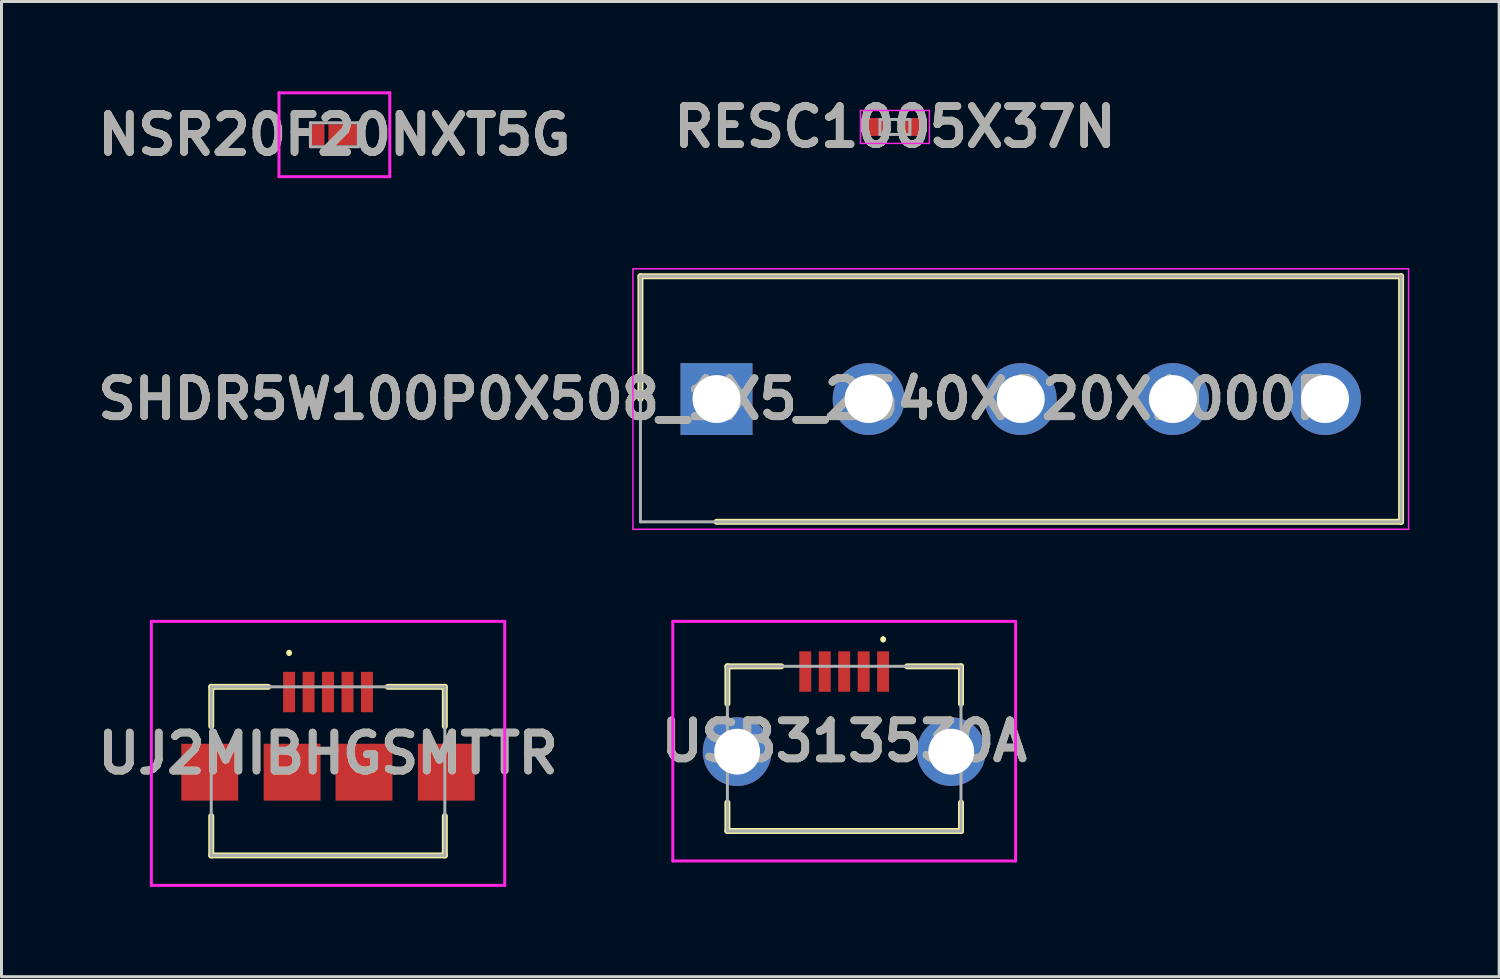
<source format=kicad_pcb>
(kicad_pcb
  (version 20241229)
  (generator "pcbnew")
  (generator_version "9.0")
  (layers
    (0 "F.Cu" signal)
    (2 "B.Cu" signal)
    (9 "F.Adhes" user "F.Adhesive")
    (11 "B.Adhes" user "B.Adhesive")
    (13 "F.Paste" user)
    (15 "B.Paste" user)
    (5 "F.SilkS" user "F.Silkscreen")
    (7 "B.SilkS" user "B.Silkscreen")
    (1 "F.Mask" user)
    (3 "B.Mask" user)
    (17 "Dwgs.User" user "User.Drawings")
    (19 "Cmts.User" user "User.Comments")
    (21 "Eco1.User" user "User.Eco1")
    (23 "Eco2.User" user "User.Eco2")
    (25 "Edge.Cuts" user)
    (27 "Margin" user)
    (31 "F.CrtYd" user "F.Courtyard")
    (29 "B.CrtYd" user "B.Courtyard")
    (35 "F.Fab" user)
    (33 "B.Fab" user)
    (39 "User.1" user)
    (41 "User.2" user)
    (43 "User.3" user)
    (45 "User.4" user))
  (footprint "USB313530A"
    (layer "F.Cu")
    (at 25.14 21.95)
    (property "Reference" "USB313530A" (at 0 -0.25 0) (layer "F.SilkS") (effects (font (size 1.27 1.27) (thickness 0.254))))
    (attr through_hole)
    (fp_line (start -3.9 -2.75) (end -2.1 -2.75) (stroke (width 0.2) (type solid)) (layer "F.SilkS"))
    (fp_line (start -3.9 -1.5) (end -3.9 -2.75) (stroke (width 0.2) (type solid)) (layer "F.SilkS"))
    (fp_line (start -3.9 1.8) (end -3.9 2.75) (stroke (width 0.2) (type solid)) (layer "F.SilkS"))
    (fp_line (start -3.9 2.75) (end 3.9 2.75) (stroke (width 0.2) (type solid)) (layer "F.SilkS"))
    (fp_line (start 1.3 -3.7) (end 1.3 -3.7) (stroke (width 0.1) (type solid)) (layer "F.SilkS"))
    (fp_line (start 1.3 -3.6) (end 1.3 -3.6) (stroke (width 0.1) (type solid)) (layer "F.SilkS"))
    (fp_line (start 3.9 -2.75) (end 2.1 -2.75) (stroke (width 0.2) (type solid)) (layer "F.SilkS"))
    (fp_line (start 3.9 -1.5) (end 3.9 -2.75) (stroke (width 0.2) (type solid)) (layer "F.SilkS"))
    (fp_line (start 3.9 2.75) (end 3.9 1.8) (stroke (width 0.2) (type solid)) (layer "F.SilkS"))
    (fp_arc (start 1.3 -3.7) (mid 1.35 -3.65) (end 1.3 -3.6) (stroke (width 0.1) (type solid)) (layer "F.SilkS"))
    (fp_arc (start 1.3 -3.6) (mid 1.25 -3.65) (end 1.3 -3.7) (stroke (width 0.1) (type solid)) (layer "F.SilkS"))
    (fp_line (start -5.723 -4.25) (end -5.723 3.75) (stroke (width 0.1) (type solid)) (layer "F.CrtYd"))
    (fp_line (start -5.723 3.75) (end 5.723 3.75) (stroke (width 0.1) (type solid)) (layer "F.CrtYd"))
    (fp_line (start 5.723 -4.25) (end -5.723 -4.25) (stroke (width 0.1) (type solid)) (layer "F.CrtYd"))
    (fp_line (start 5.723 3.75) (end 5.723 -4.25) (stroke (width 0.1) (type solid)) (layer "F.CrtYd"))
    (fp_line (start -3.9 -2.75) (end -3.9 2.75) (stroke (width 0.1) (type solid)) (layer "F.Fab"))
    (fp_line (start -3.9 2.75) (end 3.9 2.75) (stroke (width 0.1) (type solid)) (layer "F.Fab"))
    (fp_line (start 3.9 -2.75) (end -3.9 -2.75) (stroke (width 0.1) (type solid)) (layer "F.Fab"))
    (fp_line (start 3.9 2.75) (end 3.9 -2.75) (stroke (width 0.1) (type solid)) (layer "F.Fab"))
    (fp_text user "${REFERENCE}" (at 0 -0.25 0) (layer "F.Fab") (effects (font (size 1.27 1.27) (thickness 0.254))))
    (pad "1" smd rect (at 1.3 -2.575) (size 0.4 1.35) (layers "F.Cu" "F.Mask" "F.Paste"))
    (pad "2" smd rect (at 0.65 -2.575) (size 0.4 1.35) (layers "F.Cu" "F.Mask" "F.Paste"))
    (pad "3" smd rect (at 0 -2.575) (size 0.4 1.35) (layers "F.Cu" "F.Mask" "F.Paste"))
    (pad "4" smd rect (at -0.65 -2.575) (size 0.4 1.35) (layers "F.Cu" "F.Mask" "F.Paste"))
    (pad "5" smd rect (at -1.3 -2.575) (size 0.4 1.35) (layers "F.Cu" "F.Mask" "F.Paste"))
    (pad "MH1" thru_hole circle (at 3.575 0.1) (size 2.295 2.295) (drill 1.53) (layers "*.Cu" "*.Mask"))
    (pad "MH2" thru_hole circle (at -3.575 0.1) (size 2.295 2.295) (drill 1.53) (layers "*.Cu" "*.Mask")))
  (footprint "SHDR5W100P0X508_1X5_2540X820X1000P"
    (layer "F.Cu")
    (at 20.876 10.275)
    (property "Reference" "SHDR5W100P0X508_1X5_2540X820X1000P" (at 0 0 0) (layer "F.SilkS") (effects (font (size 1.27 1.27) (thickness 0.254))))
    (attr through_hole)
    (fp_line (start -2.54 -4.1) (end -2.54 0) (stroke (width 0.2) (type solid)) (layer "F.SilkS"))
    (fp_line (start 0 4.1) (end 22.86 4.1) (stroke (width 0.2) (type solid)) (layer "F.SilkS"))
    (fp_line (start 22.86 -4.1) (end -2.54 -4.1) (stroke (width 0.2) (type solid)) (layer "F.SilkS"))
    (fp_line (start 22.86 4.1) (end 22.86 -4.1) (stroke (width 0.2) (type solid)) (layer "F.SilkS"))
    (fp_line (start -2.79 -4.35) (end 23.11 -4.35) (stroke (width 0.05) (type solid)) (layer "F.CrtYd"))
    (fp_line (start -2.79 4.35) (end -2.79 -4.35) (stroke (width 0.05) (type solid)) (layer "F.CrtYd"))
    (fp_line (start 23.11 -4.35) (end 23.11 4.35) (stroke (width 0.05) (type solid)) (layer "F.CrtYd"))
    (fp_line (start 23.11 4.35) (end -2.79 4.35) (stroke (width 0.05) (type solid)) (layer "F.CrtYd"))
    (fp_line (start -2.54 -4.1) (end 22.86 -4.1) (stroke (width 0.1) (type solid)) (layer "F.Fab"))
    (fp_line (start -2.54 4.1) (end -2.54 -4.1) (stroke (width 0.1) (type solid)) (layer "F.Fab"))
    (fp_line (start 22.86 -4.1) (end 22.86 4.1) (stroke (width 0.1) (type solid)) (layer "F.Fab"))
    (fp_line (start 22.86 4.1) (end -2.54 4.1) (stroke (width 0.1) (type solid)) (layer "F.Fab"))
    (fp_text user "${REFERENCE}" (at 0 0 0) (layer "F.Fab") (effects (font (size 1.27 1.27) (thickness 0.254))))
    (pad "1" thru_hole rect (at 0 0) (size 2.4 2.4) (drill 1.6) (layers "*.Cu" "*.Mask"))
    (pad "2" thru_hole circle (at 5.08 0) (size 2.4 2.4) (drill 1.6) (layers "*.Cu" "*.Mask"))
    (pad "3" thru_hole circle (at 10.16 0) (size 2.4 2.4) (drill 1.6) (layers "*.Cu" "*.Mask"))
    (pad "4" thru_hole circle (at 15.24 0) (size 2.4 2.4) (drill 1.6) (layers "*.Cu" "*.Mask"))
    (pad "5" thru_hole circle (at 20.32 0) (size 2.4 2.4) (drill 1.6) (layers "*.Cu" "*.Mask")))
  (footprint "UJ2MIBHGSMTTR"
    (layer "F.Cu")
    (at 7.904 22.7)
    (property "Reference" "UJ2MIBHGSMTTR" (at 0 -0.593 0) (layer "F.SilkS") (effects (font (size 1.27 1.27) (thickness 0.254))))
    (attr through_hole)
    (fp_line (start -3.9 -2.815) (end -2 -2.815) (stroke (width 0.2) (type solid)) (layer "F.SilkS"))
    (fp_line (start -3.9 -1.5) (end -3.9 -2.815) (stroke (width 0.2) (type solid)) (layer "F.SilkS"))
    (fp_line (start -3.9 1.5) (end -3.9 2.815) (stroke (width 0.2) (type solid)) (layer "F.SilkS"))
    (fp_line (start -3.9 2.815) (end 3.9 2.815) (stroke (width 0.2) (type solid)) (layer "F.SilkS"))
    (fp_line (start -1.3 -4) (end -1.3 -4) (stroke (width 0.1) (type solid)) (layer "F.SilkS"))
    (fp_line (start -1.3 -3.9) (end -1.3 -3.9) (stroke (width 0.1) (type solid)) (layer "F.SilkS"))
    (fp_line (start 2 -2.815) (end 3.9 -2.815) (stroke (width 0.2) (type solid)) (layer "F.SilkS"))
    (fp_line (start 3.9 -2.815) (end 3.9 -1.5) (stroke (width 0.2) (type solid)) (layer "F.SilkS"))
    (fp_line (start 3.9 2.815) (end 3.9 1.5) (stroke (width 0.2) (type solid)) (layer "F.SilkS"))
    (fp_arc (start -1.3 -4) (mid -1.25 -3.95) (end -1.3 -3.9) (stroke (width 0.1) (type solid)) (layer "F.SilkS"))
    (fp_arc (start -1.3 -3.9) (mid -1.35 -3.95) (end -1.3 -4) (stroke (width 0.1) (type solid)) (layer "F.SilkS"))
    (fp_line (start -5.9 -5) (end 5.9 -5) (stroke (width 0.1) (type solid)) (layer "F.CrtYd"))
    (fp_line (start -5.9 3.815) (end -5.9 -5) (stroke (width 0.1) (type solid)) (layer "F.CrtYd"))
    (fp_line (start 5.9 -5) (end 5.9 3.815) (stroke (width 0.1) (type solid)) (layer "F.CrtYd"))
    (fp_line (start 5.9 3.815) (end -5.9 3.815) (stroke (width 0.1) (type solid)) (layer "F.CrtYd"))
    (fp_line (start -3.9 -2.815) (end 3.9 -2.815) (stroke (width 0.1) (type solid)) (layer "F.Fab"))
    (fp_line (start -3.9 2.815) (end -3.9 -2.815) (stroke (width 0.1) (type solid)) (layer "F.Fab"))
    (fp_line (start 3.9 -2.815) (end 3.9 2.815) (stroke (width 0.1) (type solid)) (layer "F.Fab"))
    (fp_line (start 3.9 2.815) (end -3.9 2.815) (stroke (width 0.1) (type solid)) (layer "F.Fab"))
    (fp_text user "${REFERENCE}" (at 0 -0.593 0) (layer "F.Fab") (effects (font (size 1.27 1.27) (thickness 0.254))))
    (pad "" np_thru_hole circle (at -2 -2.115) (size 0.001 0.001) (drill 0.55) (layers "*.Cu" "*.Mask"))
    (pad "" np_thru_hole circle (at 2 -2.115) (size 0.001 0.001) (drill 0.55) (layers "*.Cu" "*.Mask"))
    (pad "1" smd rect (at -1.3 -2.64) (size 0.4 1.35) (layers "F.Cu" "F.Mask" "F.Paste"))
    (pad "2" smd rect (at 1.3 -2.64) (size 0.4 1.35) (layers "F.Cu" "F.Mask" "F.Paste"))
    (pad "3" smd rect (at -0.65 -2.64) (size 0.4 1.35) (layers "F.Cu" "F.Mask" "F.Paste"))
    (pad "4" smd rect (at 0 -2.64) (size 0.4 1.35) (layers "F.Cu" "F.Mask" "F.Paste"))
    (pad "5" smd rect (at 0.65 -2.64) (size 0.4 1.35) (layers "F.Cu" "F.Mask" "F.Paste"))
    (pad "MP1" smd rect (at -3.95 0.035) (size 1.9 1.9) (layers "F.Cu" "F.Mask" "F.Paste"))
    (pad "MP2" smd rect (at -1.2 0.035) (size 1.9 1.9) (layers "F.Cu" "F.Mask" "F.Paste"))
    (pad "MP3" smd rect (at 1.2 0.035) (size 1.9 1.9) (layers "F.Cu" "F.Mask" "F.Paste"))
    (pad "MP4" smd rect (at 3.95 0.035) (size 1.9 1.9) (layers "F.Cu" "F.Mask" "F.Paste")))
  (footprint "RESC1005X37N"
    (layer "F.Cu")
    (at 26.834 1.189)
    (property "Reference" "RESC1005X37N" (at 0 0 0) (layer "F.SilkS") (effects (font (size 1.27 1.27) (thickness 0.254))))
    (attr smd)
    (fp_line (start -1.15 -0.55) (end 1.15 -0.55) (stroke (width 0.05) (type solid)) (layer "F.CrtYd"))
    (fp_line (start -1.15 0.55) (end -1.15 -0.55) (stroke (width 0.05) (type solid)) (layer "F.CrtYd"))
    (fp_line (start 1.15 -0.55) (end 1.15 0.55) (stroke (width 0.05) (type solid)) (layer "F.CrtYd"))
    (fp_line (start 1.15 0.55) (end -1.15 0.55) (stroke (width 0.05) (type solid)) (layer "F.CrtYd"))
    (fp_line (start -0.5 -0.25) (end 0.5 -0.25) (stroke (width 0.1) (type solid)) (layer "F.Fab"))
    (fp_line (start -0.5 0.25) (end -0.5 -0.25) (stroke (width 0.1) (type solid)) (layer "F.Fab"))
    (fp_line (start 0.5 -0.25) (end 0.5 0.25) (stroke (width 0.1) (type solid)) (layer "F.Fab"))
    (fp_line (start 0.5 0.25) (end -0.5 0.25) (stroke (width 0.1) (type solid)) (layer "F.Fab"))
    (fp_text user "${REFERENCE}" (at 0 0 0) (layer "F.Fab") (effects (font (size 1.27 1.27) (thickness 0.254))))
    (pad "1" smd rect (at -0.55 0 90) (size 0.6 0.7) (layers "F.Cu" "F.Mask" "F.Paste"))
    (pad "2" smd rect (at 0.55 0 90) (size 0.6 0.7) (layers "F.Cu" "F.Mask" "F.Paste")))
  (footprint "NSR20F20NXT5G"
    (layer "F.Cu")
    (at 8.116 1.45)
    (property "Reference" "NSR20F20NXT5G" (at 0 0 0) (layer "F.SilkS") (effects (font (size 1.27 1.27) (thickness 0.254))))
    (attr smd)
    (fp_line (start -1.4 0) (end -1.4 0) (stroke (width 0.1) (type solid)) (layer "F.SilkS"))
    (fp_line (start -1.3 0) (end -1.3 0) (stroke (width 0.1) (type solid)) (layer "F.SilkS"))
    (fp_arc (start -1.4 0) (mid -1.35 -0.05) (end -1.3 0) (stroke (width 0.1) (type solid)) (layer "F.SilkS"))
    (fp_arc (start -1.3 0) (mid -1.35 0.05) (end -1.4 0) (stroke (width 0.1) (type solid)) (layer "F.SilkS"))
    (fp_line (start -1.85 -1.4) (end 1.85 -1.4) (stroke (width 0.1) (type solid)) (layer "F.CrtYd"))
    (fp_line (start -1.85 1.4) (end -1.85 -1.4) (stroke (width 0.1) (type solid)) (layer "F.CrtYd"))
    (fp_line (start 1.85 -1.4) (end 1.85 1.4) (stroke (width 0.1) (type solid)) (layer "F.CrtYd"))
    (fp_line (start 1.85 1.4) (end -1.85 1.4) (stroke (width 0.1) (type solid)) (layer "F.CrtYd"))
    (fp_line (start -0.8 -0.4) (end 0.8 -0.4) (stroke (width 0.1) (type solid)) (layer "F.Fab"))
    (fp_line (start -0.8 0.4) (end -0.8 -0.4) (stroke (width 0.1) (type solid)) (layer "F.Fab"))
    (fp_line (start 0.8 -0.4) (end 0.8 0.4) (stroke (width 0.1) (type solid)) (layer "F.Fab"))
    (fp_line (start 0.8 0.4) (end -0.8 0.4) (stroke (width 0.1) (type solid)) (layer "F.Fab"))
    (fp_text user "${REFERENCE}" (at 0 0 0) (layer "F.Fab") (effects (font (size 1.27 1.27) (thickness 0.254))))
    (pad "1" smd rect (at -0.59 0) (size 0.52 0.7) (layers "F.Cu" "F.Mask" "F.Paste"))
    (pad "2" smd rect (at 0.325 0 90) (size 0.7 1.05) (layers "F.Cu" "F.Mask" "F.Paste")))
  (gr_rect
    (start -3 -3)
    (end 47.011 29.565)
    (stroke (width 0.1) (type default))
    (fill no)
    (layer "Edge.Cuts")))
</source>
